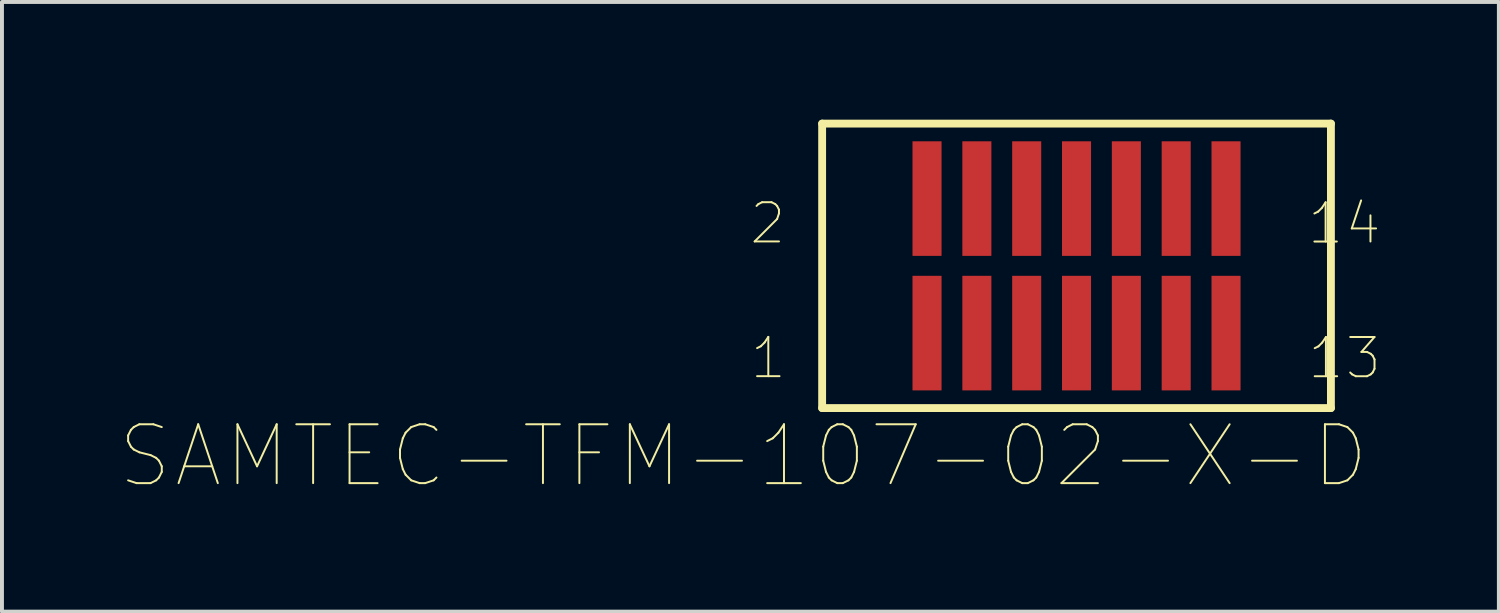
<source format=kicad_pcb>
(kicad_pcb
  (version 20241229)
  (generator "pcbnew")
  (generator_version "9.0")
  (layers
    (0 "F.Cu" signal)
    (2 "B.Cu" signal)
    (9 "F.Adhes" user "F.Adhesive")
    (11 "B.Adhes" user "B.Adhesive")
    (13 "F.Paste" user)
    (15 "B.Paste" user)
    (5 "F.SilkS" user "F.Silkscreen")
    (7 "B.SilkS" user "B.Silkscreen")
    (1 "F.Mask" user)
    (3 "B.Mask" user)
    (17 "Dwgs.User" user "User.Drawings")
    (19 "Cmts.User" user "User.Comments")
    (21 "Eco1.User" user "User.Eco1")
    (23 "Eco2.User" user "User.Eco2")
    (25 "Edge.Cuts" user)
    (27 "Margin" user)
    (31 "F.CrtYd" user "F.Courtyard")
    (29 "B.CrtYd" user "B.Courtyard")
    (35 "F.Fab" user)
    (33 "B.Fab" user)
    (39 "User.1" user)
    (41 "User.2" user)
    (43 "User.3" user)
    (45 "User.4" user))
  (footprint "SAMTEC-TFM-107-02-X-D"
    (layer "F.Cu")
    (at 24.385 3.725)
    (property "Reference" "SAMTEC-TFM-107-02-X-D" (at -8.491 4.846 0) (unlocked yes) (layer "F.SilkS") (effects (font (size 1.5 1.5) (thickness 0.05))))
    (attr smd)
    (fp_poly (pts (xy -4.233 0.203) (xy -3.389 0.203) (xy -3.389 3.227) (xy -4.233 3.227)) (stroke (width 0) (type solid)) (fill yes) (layer "F.Mask"))
    (fp_poly (pts (xy -4.233 -3.225) (xy -3.389 -3.225) (xy -3.389 -0.203) (xy -4.233 -0.203)) (stroke (width 0) (type solid)) (fill yes) (layer "F.Mask"))
    (fp_poly (pts (xy -2.964 0.203) (xy -2.119 0.203) (xy -2.119 3.229) (xy -2.964 3.229)) (stroke (width 0) (type solid)) (fill yes) (layer "F.Mask"))
    (fp_poly (pts (xy -2.963 -3.225) (xy -2.119 -3.225) (xy -2.119 -0.203) (xy -2.963 -0.203)) (stroke (width 0) (type solid)) (fill yes) (layer "F.Mask"))
    (fp_poly (pts (xy -1.694 0.203) (xy -0.849 0.203) (xy -0.849 3.231) (xy -1.694 3.231)) (stroke (width 0) (type solid)) (fill yes) (layer "F.Mask"))
    (fp_poly (pts (xy -1.691 -3.225) (xy -0.849 -3.225) (xy -0.849 -0.203) (xy -1.691 -0.203)) (stroke (width 0) (type solid)) (fill yes) (layer "F.Mask"))
    (fp_poly (pts (xy -0.422 0.203) (xy 0.421 0.203) (xy 0.421 3.231) (xy -0.422 3.231)) (stroke (width 0) (type solid)) (fill yes) (layer "F.Mask"))
    (fp_poly (pts (xy -0.421 -3.225) (xy 0.421 -3.225) (xy 0.421 -0.203) (xy -0.421 -0.203)) (stroke (width 0) (type solid)) (fill yes) (layer "F.Mask"))
    (fp_poly (pts (xy 0.849 0.203) (xy 1.691 0.203) (xy 1.691 3.225) (xy 0.849 3.225)) (stroke (width 0) (type solid)) (fill yes) (layer "F.Mask"))
    (fp_poly (pts (xy 0.85 -3.225) (xy 1.691 -3.225) (xy 1.691 -0.203) (xy 0.85 -0.203)) (stroke (width 0) (type solid)) (fill yes) (layer "F.Mask"))
    (fp_poly (pts (xy 2.119 -3.225) (xy 2.961 -3.225) (xy 2.961 -0.203) (xy 2.119 -0.203)) (stroke (width 0) (type solid)) (fill yes) (layer "F.Mask"))
    (fp_poly (pts (xy 2.12 0.203) (xy 2.961 0.203) (xy 2.961 3.227) (xy 2.12 3.227)) (stroke (width 0) (type solid)) (fill yes) (layer "F.Mask"))
    (fp_poly (pts (xy 3.39 0.203) (xy 4.231 0.203) (xy 4.231 3.226) (xy 3.39 3.226)) (stroke (width 0) (type solid)) (fill yes) (layer "F.Mask"))
    (fp_poly (pts (xy 3.392 -3.225) (xy 4.231 -3.225) (xy 4.231 -0.203) (xy 3.392 -0.203)) (stroke (width 0) (type solid)) (fill yes) (layer "F.Mask"))
    (fp_line (start -6.483 -3.625) (end -6.483 3.625) (stroke (width 0.2) (type solid)) (layer "F.SilkS"))
    (fp_line (start -6.483 3.625) (end 6.483 3.625) (stroke (width 0.2) (type solid)) (layer "F.SilkS"))
    (fp_line (start 6.483 -3.625) (end -6.483 -3.625) (stroke (width 0.2) (type solid)) (layer "F.SilkS"))
    (fp_line (start 6.483 3.625) (end 6.483 -3.625) (stroke (width 0.2) (type solid)) (layer "F.SilkS"))
    (fp_poly (pts (xy -4.187 -3.174) (xy -3.44 -3.174) (xy -3.44 -0.254) (xy -4.187 -0.254)) (stroke (width 0) (type solid)) (fill yes) (layer "F.Paste"))
    (fp_poly (pts (xy -4.184 0.254) (xy -3.44 0.254) (xy -3.44 3.177) (xy -4.184 3.177)) (stroke (width 0) (type solid)) (fill yes) (layer "F.Paste"))
    (fp_poly (pts (xy -2.912 0.254) (xy -2.17 0.254) (xy -2.17 3.176) (xy -2.912 3.176)) (stroke (width 0) (type solid)) (fill yes) (layer "F.Paste"))
    (fp_poly (pts (xy -2.912 -3.174) (xy -2.17 -3.174) (xy -2.17 -0.254) (xy -2.912 -0.254)) (stroke (width 0) (type solid)) (fill yes) (layer "F.Paste"))
    (fp_poly (pts (xy -1.643 0.254) (xy -0.9 0.254) (xy -0.9 3.179) (xy -1.643 3.179)) (stroke (width 0) (type solid)) (fill yes) (layer "F.Paste"))
    (fp_poly (pts (xy -1.641 -3.174) (xy -0.9 -3.174) (xy -0.9 -0.254) (xy -1.641 -0.254)) (stroke (width 0) (type solid)) (fill yes) (layer "F.Paste"))
    (fp_poly (pts (xy -0.371 -3.174) (xy 0.37 -3.174) (xy 0.37 -0.254) (xy -0.371 -0.254)) (stroke (width 0) (type solid)) (fill yes) (layer "F.Paste"))
    (fp_poly (pts (xy -0.37 0.254) (xy 0.37 0.254) (xy 0.37 3.174) (xy -0.37 3.174)) (stroke (width 0) (type solid)) (fill yes) (layer "F.Paste"))
    (fp_poly (pts (xy 0.9 0.254) (xy 1.64 0.254) (xy 1.64 3.174) (xy 0.9 3.174)) (stroke (width 0) (type solid)) (fill yes) (layer "F.Paste"))
    (fp_poly (pts (xy 0.901 -3.174) (xy 1.64 -3.174) (xy 1.64 -0.254) (xy 0.901 -0.254)) (stroke (width 0) (type solid)) (fill yes) (layer "F.Paste"))
    (fp_poly (pts (xy 2.173 0.254) (xy 2.91 0.254) (xy 2.91 3.178) (xy 2.173 3.178)) (stroke (width 0) (type solid)) (fill yes) (layer "F.Paste"))
    (fp_poly (pts (xy 2.174 -3.174) (xy 2.91 -3.174) (xy 2.91 -0.254) (xy 2.174 -0.254)) (stroke (width 0) (type solid)) (fill yes) (layer "F.Paste"))
    (fp_poly (pts (xy 3.441 0.254) (xy 4.18 0.254) (xy 4.18 3.175) (xy 3.441 3.175)) (stroke (width 0) (type solid)) (fill yes) (layer "F.Paste"))
    (fp_poly (pts (xy 3.441 -3.174) (xy 4.18 -3.174) (xy 4.18 -0.254) (xy 3.441 -0.254)) (stroke (width 0) (type solid)) (fill yes) (layer "F.Paste"))
    (fp_poly (pts (xy -6.083 3.225) (xy -6.083 -3.225) (xy 6.083 -3.225) (xy 6.083 3.225) (xy -6.083 3.225)) (stroke (width 0.1) (type solid)) (fill no) (layer "Eco1.User"))
    (fp_line (start -6.032 -2.858) (end -6.032 2.858) (stroke (width 0.1) (type solid)) (layer "Eco2.User"))
    (fp_line (start -6.032 0.952) (end -4.762 0.952) (stroke (width 0.1) (type solid)) (layer "Eco2.User"))
    (fp_line (start -6.032 2.858) (end -3.175 2.858) (stroke (width 0.1) (type solid)) (layer "Eco2.User"))
    (fp_line (start -4.762 -1.714) (end -4.762 1.714) (stroke (width 0.1) (type solid)) (layer "Eco2.User"))
    (fp_line (start -4.762 -0.952) (end -6.032 -0.952) (stroke (width 0.1) (type solid)) (layer "Eco2.User"))
    (fp_line (start -4.762 1.714) (end -3.175 1.714) (stroke (width 0.1) (type solid)) (layer "Eco2.User"))
    (fp_line (start -3.988 -2.984) (end -3.988 -2.858) (stroke (width 0.1) (type solid)) (layer "Eco2.User"))
    (fp_line (start -3.988 2.858) (end -3.988 2.984) (stroke (width 0.1) (type solid)) (layer "Eco2.User"))
    (fp_line (start -3.988 2.984) (end -3.632 2.984) (stroke (width 0.1) (type solid)) (layer "Eco2.User"))
    (fp_line (start -3.632 -2.984) (end -3.988 -2.984) (stroke (width 0.1) (type solid)) (layer "Eco2.User"))
    (fp_line (start -3.632 -2.858) (end -3.632 -2.984) (stroke (width 0.1) (type solid)) (layer "Eco2.User"))
    (fp_line (start -3.632 2.984) (end -3.632 2.858) (stroke (width 0.1) (type solid)) (layer "Eco2.User"))
    (fp_line (start -3.175 -2.858) (end -6.032 -2.858) (stroke (width 0.1) (type solid)) (layer "Eco2.User"))
    (fp_line (start -3.175 -1.714) (end -4.762 -1.714) (stroke (width 0.1) (type solid)) (layer "Eco2.User"))
    (fp_line (start -2.718 -2.984) (end -2.718 -2.858) (stroke (width 0.1) (type solid)) (layer "Eco2.User"))
    (fp_line (start -2.718 2.858) (end -2.718 2.984) (stroke (width 0.1) (type solid)) (layer "Eco2.User"))
    (fp_line (start -2.718 2.984) (end -2.362 2.984) (stroke (width 0.1) (type solid)) (layer "Eco2.User"))
    (fp_line (start -2.362 -2.984) (end -2.718 -2.984) (stroke (width 0.1) (type solid)) (layer "Eco2.User"))
    (fp_line (start -2.362 -2.858) (end -2.362 -2.984) (stroke (width 0.1) (type solid)) (layer "Eco2.User"))
    (fp_line (start -2.362 2.984) (end -2.362 2.858) (stroke (width 0.1) (type solid)) (layer "Eco2.User"))
    (fp_line (start -1.905 -2.858) (end -3.175 -2.858) (stroke (width 0.1) (type solid)) (layer "Eco2.User"))
    (fp_line (start -1.905 -1.714) (end -3.175 -1.714) (stroke (width 0.1) (type solid)) (layer "Eco2.User"))
    (fp_line (start -1.905 1.714) (end -3.175 1.714) (stroke (width 0.1) (type solid)) (layer "Eco2.User"))
    (fp_line (start -1.905 2.858) (end -3.175 2.858) (stroke (width 0.1) (type solid)) (layer "Eco2.User"))
    (fp_line (start -1.448 -2.984) (end -1.448 -2.858) (stroke (width 0.1) (type solid)) (layer "Eco2.User"))
    (fp_line (start -1.448 2.858) (end -1.448 2.984) (stroke (width 0.1) (type solid)) (layer "Eco2.User"))
    (fp_line (start -1.448 2.984) (end -1.092 2.984) (stroke (width 0.1) (type solid)) (layer "Eco2.User"))
    (fp_line (start -1.092 -2.984) (end -1.448 -2.984) (stroke (width 0.1) (type solid)) (layer "Eco2.User"))
    (fp_line (start -1.092 -2.858) (end -1.092 -2.984) (stroke (width 0.1) (type solid)) (layer "Eco2.User"))
    (fp_line (start -1.092 2.984) (end -1.092 2.858) (stroke (width 0.1) (type solid)) (layer "Eco2.User"))
    (fp_line (start -0.635 -2.858) (end -1.905 -2.858) (stroke (width 0.1) (type solid)) (layer "Eco2.User"))
    (fp_line (start -0.635 -1.714) (end -1.905 -1.714) (stroke (width 0.1) (type solid)) (layer "Eco2.User"))
    (fp_line (start -0.635 1.714) (end -1.905 1.714) (stroke (width 0.1) (type solid)) (layer "Eco2.User"))
    (fp_line (start -0.635 2.858) (end -1.905 2.858) (stroke (width 0.1) (type solid)) (layer "Eco2.User"))
    (fp_line (start -0.178 -2.984) (end -0.178 -2.858) (stroke (width 0.1) (type solid)) (layer "Eco2.User"))
    (fp_line (start -0.178 2.858) (end -0.178 2.984) (stroke (width 0.1) (type solid)) (layer "Eco2.User"))
    (fp_line (start -0.178 2.984) (end 0.178 2.984) (stroke (width 0.1) (type solid)) (layer "Eco2.User"))
    (fp_line (start 0.178 -2.984) (end -0.178 -2.984) (stroke (width 0.1) (type solid)) (layer "Eco2.User"))
    (fp_line (start 0.178 -2.858) (end 0.178 -2.984) (stroke (width 0.1) (type solid)) (layer "Eco2.User"))
    (fp_line (start 0.178 2.984) (end 0.178 2.858) (stroke (width 0.1) (type solid)) (layer "Eco2.User"))
    (fp_line (start 0.635 -2.858) (end -0.635 -2.858) (stroke (width 0.1) (type solid)) (layer "Eco2.User"))
    (fp_line (start 0.635 -1.714) (end -0.635 -1.714) (stroke (width 0.1) (type solid)) (layer "Eco2.User"))
    (fp_line (start 0.635 1.714) (end -0.635 1.714) (stroke (width 0.1) (type solid)) (layer "Eco2.User"))
    (fp_line (start 0.635 2.858) (end -0.635 2.858) (stroke (width 0.1) (type solid)) (layer "Eco2.User"))
    (fp_line (start 1.092 -2.984) (end 1.092 -2.858) (stroke (width 0.1) (type solid)) (layer "Eco2.User"))
    (fp_line (start 1.092 2.858) (end 1.092 2.984) (stroke (width 0.1) (type solid)) (layer "Eco2.User"))
    (fp_line (start 1.092 2.984) (end 1.448 2.984) (stroke (width 0.1) (type solid)) (layer "Eco2.User"))
    (fp_line (start 1.448 -2.984) (end 1.092 -2.984) (stroke (width 0.1) (type solid)) (layer "Eco2.User"))
    (fp_line (start 1.448 -2.858) (end 1.448 -2.984) (stroke (width 0.1) (type solid)) (layer "Eco2.User"))
    (fp_line (start 1.448 2.984) (end 1.448 2.858) (stroke (width 0.1) (type solid)) (layer "Eco2.User"))
    (fp_line (start 1.905 -2.858) (end 0.635 -2.858) (stroke (width 0.1) (type solid)) (layer "Eco2.User"))
    (fp_line (start 1.905 -2.858) (end 5.398 -2.858) (stroke (width 0.1) (type solid)) (layer "Eco2.User"))
    (fp_line (start 1.905 -2.222) (end 4.762 -2.222) (stroke (width 0.1) (type solid)) (layer "Eco2.User"))
    (fp_line (start 1.905 -1.715) (end 1.905 -2.222) (stroke (width 0.1) (type solid)) (layer "Eco2.User"))
    (fp_line (start 1.905 -1.714) (end 0.635 -1.714) (stroke (width 0.1) (type solid)) (layer "Eco2.User"))
    (fp_line (start 1.905 1.714) (end 0.635 1.714) (stroke (width 0.1) (type solid)) (layer "Eco2.User"))
    (fp_line (start 1.905 2.858) (end 0.635 2.858) (stroke (width 0.1) (type solid)) (layer "Eco2.User"))
    (fp_line (start 2.362 -2.984) (end 2.362 -2.858) (stroke (width 0.1) (type solid)) (layer "Eco2.User"))
    (fp_line (start 2.362 2.858) (end 2.362 2.984) (stroke (width 0.1) (type solid)) (layer "Eco2.User"))
    (fp_line (start 2.362 2.984) (end 2.718 2.984) (stroke (width 0.1) (type solid)) (layer "Eco2.User"))
    (fp_line (start 2.718 -2.984) (end 2.362 -2.984) (stroke (width 0.1) (type solid)) (layer "Eco2.User"))
    (fp_line (start 2.718 -2.858) (end 2.718 -2.984) (stroke (width 0.1) (type solid)) (layer "Eco2.User"))
    (fp_line (start 2.718 2.984) (end 2.718 2.858) (stroke (width 0.1) (type solid)) (layer "Eco2.User"))
    (fp_line (start 3.175 1.714) (end 1.905 1.714) (stroke (width 0.1) (type solid)) (layer "Eco2.User"))
    (fp_line (start 3.175 2.858) (end 1.905 2.858) (stroke (width 0.1) (type solid)) (layer "Eco2.User"))
    (fp_line (start 3.632 -2.984) (end 3.632 -2.858) (stroke (width 0.1) (type solid)) (layer "Eco2.User"))
    (fp_line (start 3.632 2.858) (end 3.632 2.984) (stroke (width 0.1) (type solid)) (layer "Eco2.User"))
    (fp_line (start 3.632 2.984) (end 3.988 2.984) (stroke (width 0.1) (type solid)) (layer "Eco2.User"))
    (fp_line (start 3.988 -2.984) (end 3.632 -2.984) (stroke (width 0.1) (type solid)) (layer "Eco2.User"))
    (fp_line (start 3.988 -2.858) (end 3.988 -2.984) (stroke (width 0.1) (type solid)) (layer "Eco2.User"))
    (fp_line (start 3.988 2.984) (end 3.988 2.858) (stroke (width 0.1) (type solid)) (layer "Eco2.User"))
    (fp_line (start 4.762 -2.222) (end 4.762 1.714) (stroke (width 0.1) (type solid)) (layer "Eco2.User"))
    (fp_line (start 4.762 1.714) (end 3.175 1.714) (stroke (width 0.1) (type solid)) (layer "Eco2.User"))
    (fp_line (start 5.398 -2.858) (end 6.032 -2.222) (stroke (width 0.1) (type solid)) (layer "Eco2.User"))
    (fp_line (start 5.398 2.858) (end 3.175 2.858) (stroke (width 0.1) (type solid)) (layer "Eco2.User"))
    (fp_line (start 6.032 -2.222) (end 6.032 2.222) (stroke (width 0.1) (type solid)) (layer "Eco2.User"))
    (fp_line (start 6.032 -0.952) (end 4.762 -0.952) (stroke (width 0.1) (type solid)) (layer "Eco2.User"))
    (fp_line (start 6.032 0.952) (end 4.762 0.952) (stroke (width 0.1) (type solid)) (layer "Eco2.User"))
    (fp_line (start 6.032 2.222) (end 5.398 2.858) (stroke (width 0.1) (type solid)) (layer "Eco2.User"))
    (fp_circle (center -3.81 -0.635) (end -3.581 -0.635) (stroke (width 0.1) (type solid)) (fill no) (layer "Eco2.User"))
    (fp_circle (center -3.81 0.635) (end -3.581 0.635) (stroke (width 0.1) (type solid)) (fill no) (layer "Eco2.User"))
    (fp_circle (center -2.54 -0.635) (end -2.311 -0.635) (stroke (width 0.1) (type solid)) (fill no) (layer "Eco2.User"))
    (fp_circle (center -2.54 0.635) (end -2.311 0.635) (stroke (width 0.1) (type solid)) (fill no) (layer "Eco2.User"))
    (fp_circle (center -1.27 -0.635) (end -1.041 -0.635) (stroke (width 0.1) (type solid)) (fill no) (layer "Eco2.User"))
    (fp_circle (center -1.27 0.635) (end -1.041 0.635) (stroke (width 0.1) (type solid)) (fill no) (layer "Eco2.User"))
    (fp_circle (center 0 -0.635) (end 0.229 -0.635) (stroke (width 0.1) (type solid)) (fill no) (layer "Eco2.User"))
    (fp_circle (center 0 0.635) (end 0.229 0.635) (stroke (width 0.1) (type solid)) (fill no) (layer "Eco2.User"))
    (fp_circle (center 1.27 -0.635) (end 1.499 -0.635) (stroke (width 0.1) (type solid)) (fill no) (layer "Eco2.User"))
    (fp_circle (center 1.27 0.635) (end 1.499 0.635) (stroke (width 0.1) (type solid)) (fill no) (layer "Eco2.User"))
    (fp_circle (center 2.54 -0.635) (end 2.769 -0.635) (stroke (width 0.1) (type solid)) (fill no) (layer "Eco2.User"))
    (fp_circle (center 2.54 0.635) (end 2.769 0.635) (stroke (width 0.1) (type solid)) (fill no) (layer "Eco2.User"))
    (fp_circle (center 3.81 -0.635) (end 4.039 -0.635) (stroke (width 0.1) (type solid)) (fill no) (layer "Eco2.User"))
    (fp_circle (center 3.81 0.635) (end 4.039 0.635) (stroke (width 0.1) (type solid)) (fill no) (layer "Eco2.User"))
    (fp_text user "13" (at 6.832 2.353 0) (layer "F.SilkS") (effects (font (size 1 1) (thickness 0.05))))
    (fp_text user "14" (at 6.824 -1.08 0) (layer "F.SilkS") (effects (font (size 1 1) (thickness 0.05))))
    (fp_text user "2" (at -7.869 -1.082 0) (layer "F.SilkS") (effects (font (size 1 1) (thickness 0.05))))
    (fp_text user "1" (at -7.855 2.351 0) (layer "F.SilkS") (effects (font (size 1 1) (thickness 0.05))))
    (fp_text user "13" (at 6.834 2.354 0) (layer "Edge.Cuts") (effects (font (size 1 1) (thickness 0.05))))
    (fp_text user "14" (at 6.835 -1.082 0) (layer "Edge.Cuts") (effects (font (size 1 1) (thickness 0.05))))
    (fp_text user "2" (at -7.869 -1.082 0) (layer "Edge.Cuts") (effects (font (size 1 1) (thickness 0.05))))
    (fp_text user "1" (at -7.867 2.354 0) (layer "Edge.Cuts") (effects (font (size 1 1) (thickness 0.05))))
    (pad "1" smd rect (at -3.81 1.714) (size 0.74 2.92) (layers "F.Cu" "F.Mask" "F.Paste"))
    (pad "2" smd rect (at -3.81 -1.714) (size 0.74 2.92) (layers "F.Cu" "F.Mask" "F.Paste"))
    (pad "3" smd rect (at -2.54 1.714) (size 0.74 2.92) (layers "F.Cu" "F.Mask" "F.Paste"))
    (pad "4" smd rect (at -2.54 -1.714) (size 0.74 2.92) (layers "F.Cu" "F.Mask" "F.Paste"))
    (pad "5" smd rect (at -1.27 1.714) (size 0.74 2.92) (layers "F.Cu" "F.Mask" "F.Paste"))
    (pad "6" smd rect (at -1.27 -1.714) (size 0.74 2.92) (layers "F.Cu" "F.Mask" "F.Paste"))
    (pad "7" smd rect (at 0 1.714) (size 0.74 2.92) (layers "F.Cu" "F.Mask" "F.Paste"))
    (pad "8" smd rect (at 0 -1.714) (size 0.74 2.92) (layers "F.Cu" "F.Mask" "F.Paste"))
    (pad "9" smd rect (at 1.27 1.714) (size 0.74 2.92) (layers "F.Cu" "F.Mask" "F.Paste"))
    (pad "10" smd rect (at 1.27 -1.714) (size 0.74 2.92) (layers "F.Cu" "F.Mask" "F.Paste"))
    (pad "11" smd rect (at 2.54 1.714) (size 0.74 2.92) (layers "F.Cu" "F.Mask" "F.Paste"))
    (pad "12" smd rect (at 2.54 -1.714) (size 0.74 2.92) (layers "F.Cu" "F.Mask" "F.Paste"))
    (pad "13" smd rect (at 3.81 1.714) (size 0.74 2.92) (layers "F.Cu" "F.Mask" "F.Paste"))
    (pad "14" smd rect (at 3.81 -1.714) (size 0.74 2.92) (layers "F.Cu" "F.Mask" "F.Paste")))
  (gr_rect
    (start -3 -3)
    (end 35.148 12.537)
    (stroke (width 0.1) (type default))
    (fill no)
    (layer "Edge.Cuts")))
</source>
